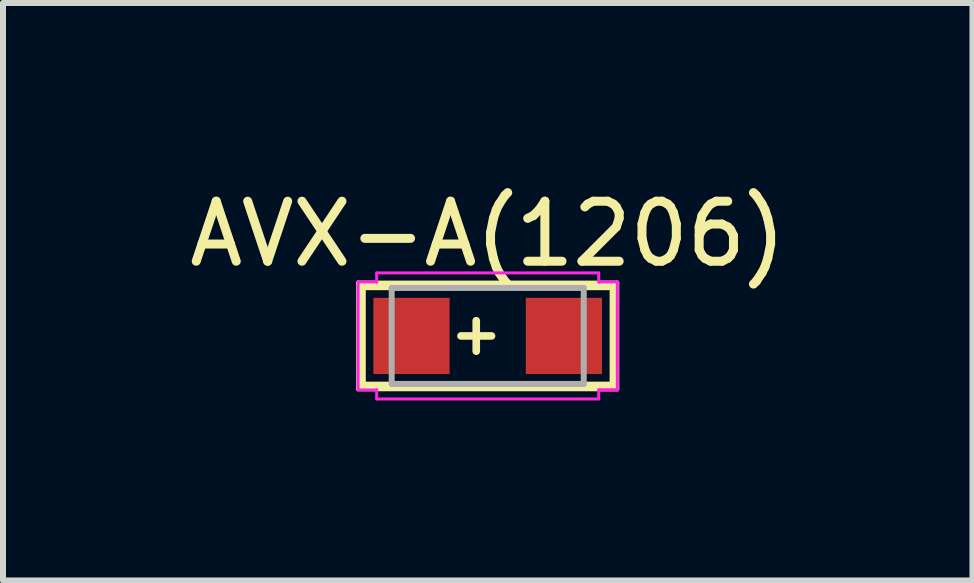
<source format=kicad_pcb>
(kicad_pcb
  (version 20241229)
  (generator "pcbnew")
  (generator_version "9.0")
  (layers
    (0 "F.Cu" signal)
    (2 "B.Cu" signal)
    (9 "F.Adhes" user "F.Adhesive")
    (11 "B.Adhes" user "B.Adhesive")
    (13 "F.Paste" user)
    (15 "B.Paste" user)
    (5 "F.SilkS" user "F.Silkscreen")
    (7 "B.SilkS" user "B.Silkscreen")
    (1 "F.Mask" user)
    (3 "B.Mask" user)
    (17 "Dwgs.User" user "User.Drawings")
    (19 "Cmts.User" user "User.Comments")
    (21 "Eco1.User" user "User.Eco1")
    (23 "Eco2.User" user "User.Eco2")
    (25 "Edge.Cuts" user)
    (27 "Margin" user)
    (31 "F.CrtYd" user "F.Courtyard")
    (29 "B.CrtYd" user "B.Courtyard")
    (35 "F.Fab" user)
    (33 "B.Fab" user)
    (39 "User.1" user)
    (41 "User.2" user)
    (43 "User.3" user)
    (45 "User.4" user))
  (footprint "AVX-A(1206)"
    (layer "F.Cu")
    (at 5.077 2.548)
    (property "Reference" "AVX-A(1206)" (at 0 -1.7 0) (layer "F.SilkS") (effects (font (size 1 1) (thickness 0.15))))
    (attr smd)
    (fp_line (start -2.159 -0.889) (end 2.159 -0.889) (stroke (width 0.066) (type solid)) (layer "F.SilkS"))
    (fp_line (start -2.159 0.889) (end -2.159 -0.889) (stroke (width 0.066) (type solid)) (layer "F.SilkS"))
    (fp_line (start -2.159 0.889) (end 2.159 0.889) (stroke (width 0.066) (type solid)) (layer "F.SilkS"))
    (fp_line (start -2.095 -0.826) (end 2.095 -0.826) (stroke (width 0.127) (type solid)) (layer "F.SilkS"))
    (fp_line (start -2.095 0.826) (end -2.095 -0.826) (stroke (width 0.127) (type solid)) (layer "F.SilkS"))
    (fp_line (start -0.445 0) (end 0.064 0) (stroke (width 0.127) (type solid)) (layer "F.SilkS"))
    (fp_line (start -0.191 0.254) (end -0.191 -0.254) (stroke (width 0.127) (type solid)) (layer "F.SilkS"))
    (fp_line (start 2.095 -0.826) (end 2.095 0.826) (stroke (width 0.127) (type solid)) (layer "F.SilkS"))
    (fp_line (start 2.095 0.826) (end -2.095 0.826) (stroke (width 0.127) (type solid)) (layer "F.SilkS"))
    (fp_line (start 2.159 0.889) (end 2.159 -0.889) (stroke (width 0.066) (type solid)) (layer "F.SilkS"))
    (fp_line (start -2.16 -0.9) (end -1.85 -0.9) (stroke (width 0.05) (type solid)) (layer "F.CrtYd"))
    (fp_line (start -2.16 0.89) (end -2.16 -0.89) (stroke (width 0.05) (type solid)) (layer "F.CrtYd"))
    (fp_line (start -2.16 0.9) (end -1.85 0.9) (stroke (width 0.05) (type solid)) (layer "F.CrtYd"))
    (fp_line (start -1.85 -1.05) (end 1.85 -1.05) (stroke (width 0.05) (type solid)) (layer "F.CrtYd"))
    (fp_line (start -1.85 -0.9) (end -1.85 -1.05) (stroke (width 0.05) (type solid)) (layer "F.CrtYd"))
    (fp_line (start -1.85 1.05) (end -1.85 0.9) (stroke (width 0.05) (type solid)) (layer "F.CrtYd"))
    (fp_line (start -1.85 1.05) (end 1.85 1.05) (stroke (width 0.05) (type solid)) (layer "F.CrtYd"))
    (fp_line (start 1.85 -0.9) (end 1.85 -1.05) (stroke (width 0.05) (type solid)) (layer "F.CrtYd"))
    (fp_line (start 1.85 -0.9) (end 2.16 -0.9) (stroke (width 0.05) (type solid)) (layer "F.CrtYd"))
    (fp_line (start 1.85 0.9) (end 2.16 0.9) (stroke (width 0.05) (type solid)) (layer "F.CrtYd"))
    (fp_line (start 1.85 0.9) (end 2.16 0.9) (stroke (width 0.05) (type solid)) (layer "F.CrtYd"))
    (fp_line (start 1.85 1.05) (end 1.85 0.9) (stroke (width 0.05) (type solid)) (layer "F.CrtYd"))
    (fp_line (start 2.16 -0.89) (end 2.16 0.89) (stroke (width 0.05) (type solid)) (layer "F.CrtYd"))
    (fp_line (start -1.6 -0.8) (end 1.6 -0.8) (stroke (width 0.1) (type solid)) (layer "F.Fab"))
    (fp_line (start -1.6 0.8) (end -1.6 -0.8) (stroke (width 0.1) (type solid)) (layer "F.Fab"))
    (fp_line (start 1.6 -0.8) (end 1.6 0.8) (stroke (width 0.1) (type solid)) (layer "F.Fab"))
    (fp_line (start 1.6 0.8) (end -1.6 0.8) (stroke (width 0.1) (type solid)) (layer "F.Fab"))
    (pad "1" smd rect (at -1.27 0) (size 1.27 1.27) (layers "F.Cu" "F.Mask" "F.Paste"))
    (pad "2" smd rect (at 1.27 0 180) (size 1.27 1.27) (layers "F.Cu" "F.Mask" "F.Paste")))
  (gr_rect
    (start -3 -3)
    (end 13.155 6.623)
    (stroke (width 0.1) (type default))
    (fill no)
    (layer "Edge.Cuts")))
</source>
